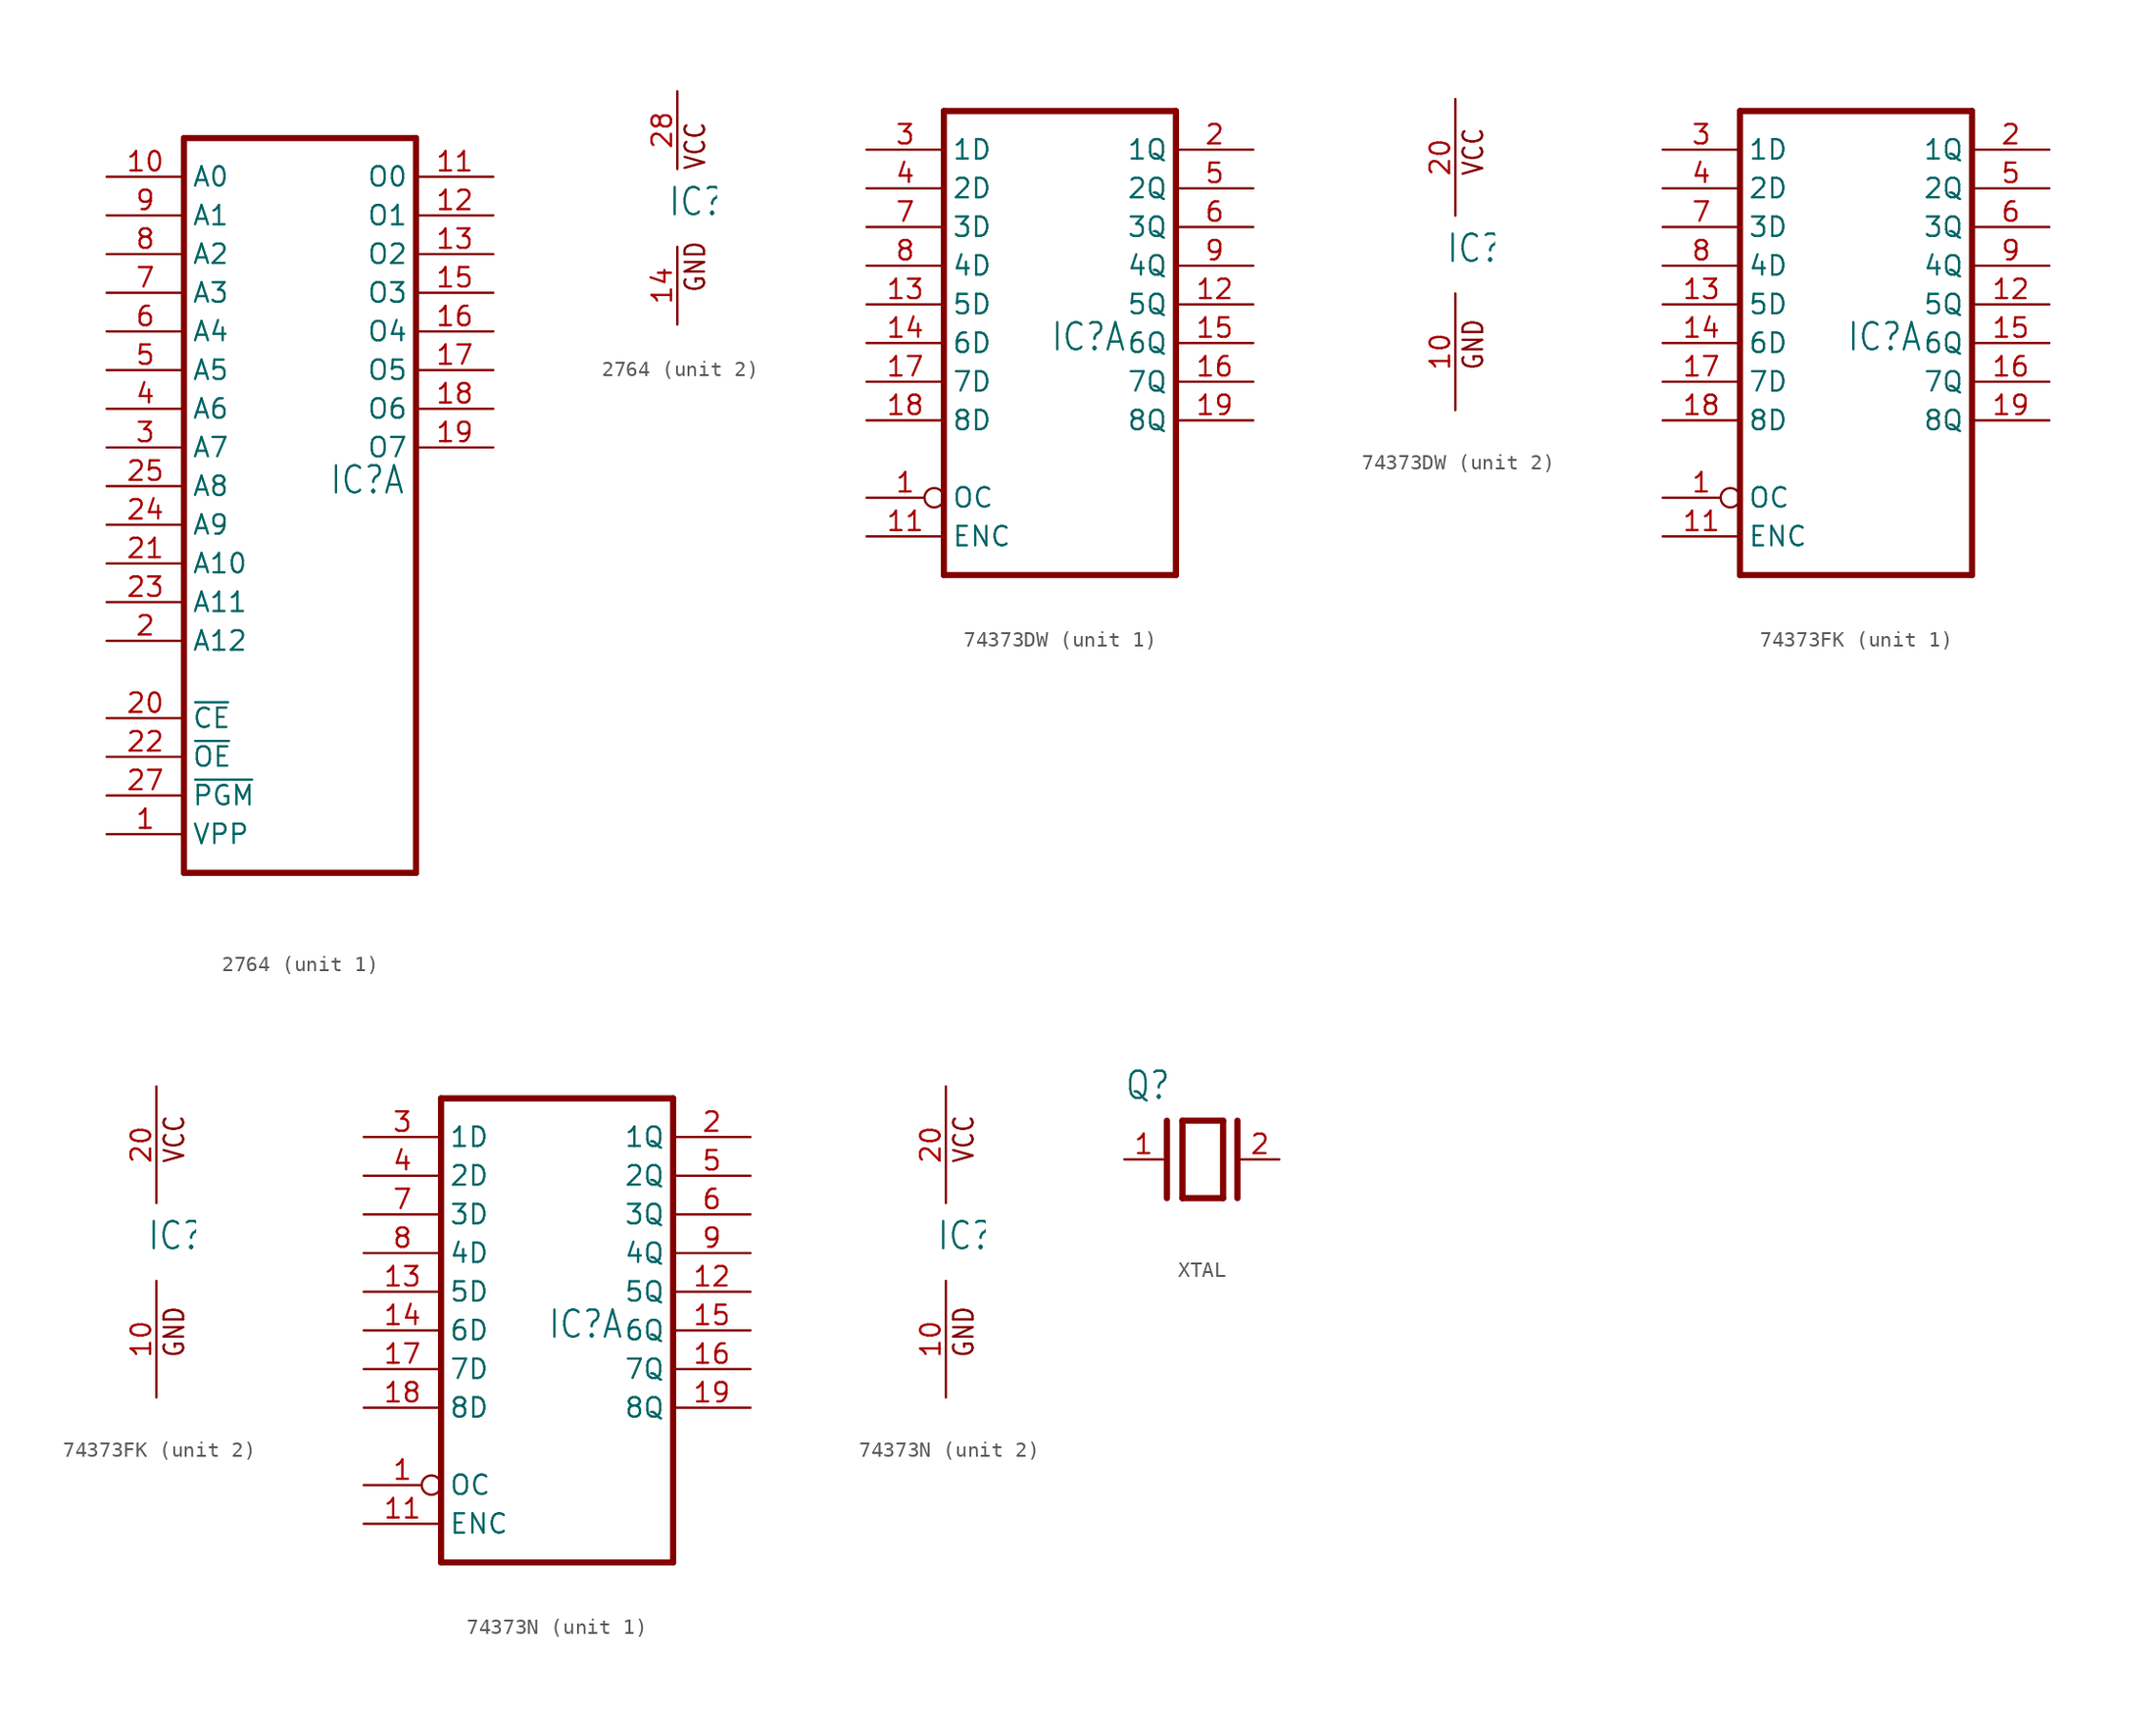
<source format=kicad_sym>
(kicad_symbol_lib
  (version 20231120)
  (generator "kicad_symbol_editor")
  (generator_version "8.0")
  (symbol "2764"
    (property "Reference" "IC"
      (at -0.635 -0.635 0)
      (effects (font (size 1.778 1.511)) (justify left bottom)))
    (property "ki_locked" ""
      (at 0 0 0)
      (effects (font (size 1.27 1.27))))
    (symbol "2764_1_0"
      (polyline (pts (xy -10.16 -25.4) (xy 5.08 -25.4)) (stroke (width 0.406) (type solid)) (fill (type none)))
      (polyline (pts (xy -10.16 22.86) (xy -10.16 -25.4)) (stroke (width 0.406) (type solid)) (fill (type none)))
      (polyline (pts (xy 5.08 -25.4) (xy 5.08 22.86)) (stroke (width 0.406) (type solid)) (fill (type none)))
      (polyline (pts (xy 5.08 22.86) (xy -10.16 22.86)) (stroke (width 0.406) (type solid)) (fill (type none)))
      (pin input line (at -15.24 -22.86 0) (length 5.08) (name "VPP" (effects (font (size 1.27 1.27)))) (number "1" (effects (font (size 1.27 1.27)))))
      (pin input line (at -15.24 20.32 0) (length 5.08) (name "A0" (effects (font (size 1.27 1.27)))) (number "10" (effects (font (size 1.27 1.27)))))
      (pin tri_state line (at 10.16 20.32 180) (length 5.08) (name "O0" (effects (font (size 1.27 1.27)))) (number "11" (effects (font (size 1.27 1.27)))))
      (pin tri_state line (at 10.16 17.78 180) (length 5.08) (name "O1" (effects (font (size 1.27 1.27)))) (number "12" (effects (font (size 1.27 1.27)))))
      (pin tri_state line (at 10.16 15.24 180) (length 5.08) (name "O2" (effects (font (size 1.27 1.27)))) (number "13" (effects (font (size 1.27 1.27)))))
      (pin tri_state line (at 10.16 12.7 180) (length 5.08) (name "O3" (effects (font (size 1.27 1.27)))) (number "15" (effects (font (size 1.27 1.27)))))
      (pin tri_state line (at 10.16 10.16 180) (length 5.08) (name "O4" (effects (font (size 1.27 1.27)))) (number "16" (effects (font (size 1.27 1.27)))))
      (pin tri_state line (at 10.16 7.62 180) (length 5.08) (name "O5" (effects (font (size 1.27 1.27)))) (number "17" (effects (font (size 1.27 1.27)))))
      (pin tri_state line (at 10.16 5.08 180) (length 5.08) (name "O6" (effects (font (size 1.27 1.27)))) (number "18" (effects (font (size 1.27 1.27)))))
      (pin tri_state line (at 10.16 2.54 180) (length 5.08) (name "O7" (effects (font (size 1.27 1.27)))) (number "19" (effects (font (size 1.27 1.27)))))
      (pin input line (at -15.24 -10.16 0) (length 5.08) (name "A12" (effects (font (size 1.27 1.27)))) (number "2" (effects (font (size 1.27 1.27)))))
      (pin input line (at -15.24 -15.24 0) (length 5.08) (name "~{CE}" (effects (font (size 1.27 1.27)))) (number "20" (effects (font (size 1.27 1.27)))))
      (pin input line (at -15.24 -5.08 0) (length 5.08) (name "A10" (effects (font (size 1.27 1.27)))) (number "21" (effects (font (size 1.27 1.27)))))
      (pin input line (at -15.24 -17.78 0) (length 5.08) (name "~{OE}" (effects (font (size 1.27 1.27)))) (number "22" (effects (font (size 1.27 1.27)))))
      (pin input line (at -15.24 -7.62 0) (length 5.08) (name "A11" (effects (font (size 1.27 1.27)))) (number "23" (effects (font (size 1.27 1.27)))))
      (pin input line (at -15.24 -2.54 0) (length 5.08) (name "A9" (effects (font (size 1.27 1.27)))) (number "24" (effects (font (size 1.27 1.27)))))
      (pin input line (at -15.24 0 0) (length 5.08) (name "A8" (effects (font (size 1.27 1.27)))) (number "25" (effects (font (size 1.27 1.27)))))
      (pin input line (at -15.24 -20.32 0) (length 5.08) (name "~{PGM}" (effects (font (size 1.27 1.27)))) (number "27" (effects (font (size 1.27 1.27)))))
      (pin input line (at -15.24 2.54 0) (length 5.08) (name "A7" (effects (font (size 1.27 1.27)))) (number "3" (effects (font (size 1.27 1.27)))))
      (pin input line (at -15.24 5.08 0) (length 5.08) (name "A6" (effects (font (size 1.27 1.27)))) (number "4" (effects (font (size 1.27 1.27)))))
      (pin input line (at -15.24 7.62 0) (length 5.08) (name "A5" (effects (font (size 1.27 1.27)))) (number "5" (effects (font (size 1.27 1.27)))))
      (pin input line (at -15.24 10.16 0) (length 5.08) (name "A4" (effects (font (size 1.27 1.27)))) (number "6" (effects (font (size 1.27 1.27)))))
      (pin input line (at -15.24 12.7 0) (length 5.08) (name "A3" (effects (font (size 1.27 1.27)))) (number "7" (effects (font (size 1.27 1.27)))))
      (pin input line (at -15.24 15.24 0) (length 5.08) (name "A2" (effects (font (size 1.27 1.27)))) (number "8" (effects (font (size 1.27 1.27)))))
      (pin input line (at -15.24 17.78 0) (length 5.08) (name "A1" (effects (font (size 1.27 1.27)))) (number "9" (effects (font (size 1.27 1.27))))))
    (symbol "2764_2_0"
      (text "GND" (at 1.905 -5.588 900) (effects (font (size 1.27 1.079)) (justify left bottom)))
      (text "VCC" (at 1.905 2.413 900) (effects (font (size 1.27 1.079)) (justify left bottom)))
      (pin power_in line (at 0 -7.62 90) (length 5.08) (name "GND" (effects (font (size 0 0)))) (number "14" (effects (font (size 1.27 1.27)))))
      (pin power_in line (at 0 7.62 270) (length 5.08) (name "VCC" (effects (font (size 0 0)))) (number "28" (effects (font (size 1.27 1.27)))))))
  (symbol "74373DW"
    (property "Reference" "IC"
      (at -0.635 -0.635 0)
      (effects (font (size 1.778 1.511)) (justify left bottom)))
    (property "ki_locked" ""
      (at 0 0 0)
      (effects (font (size 1.27 1.27))))
    (symbol "74373DW_1_0"
      (polyline (pts (xy -7.62 -15.24) (xy 7.62 -15.24)) (stroke (width 0.406) (type solid)) (fill (type none)))
      (polyline (pts (xy -7.62 15.24) (xy -7.62 -15.24)) (stroke (width 0.406) (type solid)) (fill (type none)))
      (polyline (pts (xy 7.62 -15.24) (xy 7.62 15.24)) (stroke (width 0.406) (type solid)) (fill (type none)))
      (polyline (pts (xy 7.62 15.24) (xy -7.62 15.24)) (stroke (width 0.406) (type solid)) (fill (type none)))
      (pin input inverted (at -12.7 -10.16 0) (length 5.08) (name "OC" (effects (font (size 1.27 1.27)))) (number "1" (effects (font (size 1.27 1.27)))))
      (pin input line (at -12.7 -12.7 0) (length 5.08) (name "ENC" (effects (font (size 1.27 1.27)))) (number "11" (effects (font (size 1.27 1.27)))))
      (pin tri_state line (at 12.7 2.54 180) (length 5.08) (name "5Q" (effects (font (size 1.27 1.27)))) (number "12" (effects (font (size 1.27 1.27)))))
      (pin input line (at -12.7 2.54 0) (length 5.08) (name "5D" (effects (font (size 1.27 1.27)))) (number "13" (effects (font (size 1.27 1.27)))))
      (pin input line (at -12.7 0 0) (length 5.08) (name "6D" (effects (font (size 1.27 1.27)))) (number "14" (effects (font (size 1.27 1.27)))))
      (pin tri_state line (at 12.7 0 180) (length 5.08) (name "6Q" (effects (font (size 1.27 1.27)))) (number "15" (effects (font (size 1.27 1.27)))))
      (pin tri_state line (at 12.7 -2.54 180) (length 5.08) (name "7Q" (effects (font (size 1.27 1.27)))) (number "16" (effects (font (size 1.27 1.27)))))
      (pin input line (at -12.7 -2.54 0) (length 5.08) (name "7D" (effects (font (size 1.27 1.27)))) (number "17" (effects (font (size 1.27 1.27)))))
      (pin input line (at -12.7 -5.08 0) (length 5.08) (name "8D" (effects (font (size 1.27 1.27)))) (number "18" (effects (font (size 1.27 1.27)))))
      (pin tri_state line (at 12.7 -5.08 180) (length 5.08) (name "8Q" (effects (font (size 1.27 1.27)))) (number "19" (effects (font (size 1.27 1.27)))))
      (pin tri_state line (at 12.7 12.7 180) (length 5.08) (name "1Q" (effects (font (size 1.27 1.27)))) (number "2" (effects (font (size 1.27 1.27)))))
      (pin input line (at -12.7 12.7 0) (length 5.08) (name "1D" (effects (font (size 1.27 1.27)))) (number "3" (effects (font (size 1.27 1.27)))))
      (pin input line (at -12.7 10.16 0) (length 5.08) (name "2D" (effects (font (size 1.27 1.27)))) (number "4" (effects (font (size 1.27 1.27)))))
      (pin tri_state line (at 12.7 10.16 180) (length 5.08) (name "2Q" (effects (font (size 1.27 1.27)))) (number "5" (effects (font (size 1.27 1.27)))))
      (pin tri_state line (at 12.7 7.62 180) (length 5.08) (name "3Q" (effects (font (size 1.27 1.27)))) (number "6" (effects (font (size 1.27 1.27)))))
      (pin input line (at -12.7 7.62 0) (length 5.08) (name "3D" (effects (font (size 1.27 1.27)))) (number "7" (effects (font (size 1.27 1.27)))))
      (pin input line (at -12.7 5.08 0) (length 5.08) (name "4D" (effects (font (size 1.27 1.27)))) (number "8" (effects (font (size 1.27 1.27)))))
      (pin tri_state line (at 12.7 5.08 180) (length 5.08) (name "4Q" (effects (font (size 1.27 1.27)))) (number "9" (effects (font (size 1.27 1.27))))))
    (symbol "74373DW_2_0"
      (text "GND" (at 1.905 -7.62 900) (effects (font (size 1.27 1.079)) (justify left bottom)))
      (text "VCC" (at 1.905 5.08 900) (effects (font (size 1.27 1.079)) (justify left bottom)))
      (pin power_in line (at 0 -10.16 90) (length 7.62) (name "GND" (effects (font (size 0 0)))) (number "10" (effects (font (size 1.27 1.27)))))
      (pin power_in line (at 0 10.16 270) (length 7.62) (name "VCC" (effects (font (size 0 0)))) (number "20" (effects (font (size 1.27 1.27)))))))
  (symbol "74373FK"
    (property "Reference" "IC"
      (at -0.635 -0.635 0)
      (effects (font (size 1.778 1.511)) (justify left bottom)))
    (property "ki_locked" ""
      (at 0 0 0)
      (effects (font (size 1.27 1.27))))
    (symbol "74373FK_1_0"
      (polyline (pts (xy -7.62 -15.24) (xy 7.62 -15.24)) (stroke (width 0.406) (type solid)) (fill (type none)))
      (polyline (pts (xy -7.62 15.24) (xy -7.62 -15.24)) (stroke (width 0.406) (type solid)) (fill (type none)))
      (polyline (pts (xy 7.62 -15.24) (xy 7.62 15.24)) (stroke (width 0.406) (type solid)) (fill (type none)))
      (polyline (pts (xy 7.62 15.24) (xy -7.62 15.24)) (stroke (width 0.406) (type solid)) (fill (type none)))
      (pin input inverted (at -12.7 -10.16 0) (length 5.08) (name "OC" (effects (font (size 1.27 1.27)))) (number "1" (effects (font (size 1.27 1.27)))))
      (pin input line (at -12.7 -12.7 0) (length 5.08) (name "ENC" (effects (font (size 1.27 1.27)))) (number "11" (effects (font (size 1.27 1.27)))))
      (pin tri_state line (at 12.7 2.54 180) (length 5.08) (name "5Q" (effects (font (size 1.27 1.27)))) (number "12" (effects (font (size 1.27 1.27)))))
      (pin input line (at -12.7 2.54 0) (length 5.08) (name "5D" (effects (font (size 1.27 1.27)))) (number "13" (effects (font (size 1.27 1.27)))))
      (pin input line (at -12.7 0 0) (length 5.08) (name "6D" (effects (font (size 1.27 1.27)))) (number "14" (effects (font (size 1.27 1.27)))))
      (pin tri_state line (at 12.7 0 180) (length 5.08) (name "6Q" (effects (font (size 1.27 1.27)))) (number "15" (effects (font (size 1.27 1.27)))))
      (pin tri_state line (at 12.7 -2.54 180) (length 5.08) (name "7Q" (effects (font (size 1.27 1.27)))) (number "16" (effects (font (size 1.27 1.27)))))
      (pin input line (at -12.7 -2.54 0) (length 5.08) (name "7D" (effects (font (size 1.27 1.27)))) (number "17" (effects (font (size 1.27 1.27)))))
      (pin input line (at -12.7 -5.08 0) (length 5.08) (name "8D" (effects (font (size 1.27 1.27)))) (number "18" (effects (font (size 1.27 1.27)))))
      (pin tri_state line (at 12.7 -5.08 180) (length 5.08) (name "8Q" (effects (font (size 1.27 1.27)))) (number "19" (effects (font (size 1.27 1.27)))))
      (pin tri_state line (at 12.7 12.7 180) (length 5.08) (name "1Q" (effects (font (size 1.27 1.27)))) (number "2" (effects (font (size 1.27 1.27)))))
      (pin input line (at -12.7 12.7 0) (length 5.08) (name "1D" (effects (font (size 1.27 1.27)))) (number "3" (effects (font (size 1.27 1.27)))))
      (pin input line (at -12.7 10.16 0) (length 5.08) (name "2D" (effects (font (size 1.27 1.27)))) (number "4" (effects (font (size 1.27 1.27)))))
      (pin tri_state line (at 12.7 10.16 180) (length 5.08) (name "2Q" (effects (font (size 1.27 1.27)))) (number "5" (effects (font (size 1.27 1.27)))))
      (pin tri_state line (at 12.7 7.62 180) (length 5.08) (name "3Q" (effects (font (size 1.27 1.27)))) (number "6" (effects (font (size 1.27 1.27)))))
      (pin input line (at -12.7 7.62 0) (length 5.08) (name "3D" (effects (font (size 1.27 1.27)))) (number "7" (effects (font (size 1.27 1.27)))))
      (pin input line (at -12.7 5.08 0) (length 5.08) (name "4D" (effects (font (size 1.27 1.27)))) (number "8" (effects (font (size 1.27 1.27)))))
      (pin tri_state line (at 12.7 5.08 180) (length 5.08) (name "4Q" (effects (font (size 1.27 1.27)))) (number "9" (effects (font (size 1.27 1.27))))))
    (symbol "74373FK_2_0"
      (text "GND" (at 1.905 -7.62 900) (effects (font (size 1.27 1.079)) (justify left bottom)))
      (text "VCC" (at 1.905 5.08 900) (effects (font (size 1.27 1.079)) (justify left bottom)))
      (pin power_in line (at 0 -10.16 90) (length 7.62) (name "GND" (effects (font (size 0 0)))) (number "10" (effects (font (size 1.27 1.27)))))
      (pin power_in line (at 0 10.16 270) (length 7.62) (name "VCC" (effects (font (size 0 0)))) (number "20" (effects (font (size 1.27 1.27)))))))
  (symbol "74373N"
    (property "Reference" "IC"
      (at -0.635 -0.635 0)
      (effects (font (size 1.778 1.511)) (justify left bottom)))
    (property "ki_locked" ""
      (at 0 0 0)
      (effects (font (size 1.27 1.27))))
    (symbol "74373N_1_0"
      (polyline (pts (xy -7.62 -15.24) (xy 7.62 -15.24)) (stroke (width 0.406) (type solid)) (fill (type none)))
      (polyline (pts (xy -7.62 15.24) (xy -7.62 -15.24)) (stroke (width 0.406) (type solid)) (fill (type none)))
      (polyline (pts (xy 7.62 -15.24) (xy 7.62 15.24)) (stroke (width 0.406) (type solid)) (fill (type none)))
      (polyline (pts (xy 7.62 15.24) (xy -7.62 15.24)) (stroke (width 0.406) (type solid)) (fill (type none)))
      (pin input inverted (at -12.7 -10.16 0) (length 5.08) (name "OC" (effects (font (size 1.27 1.27)))) (number "1" (effects (font (size 1.27 1.27)))))
      (pin input line (at -12.7 -12.7 0) (length 5.08) (name "ENC" (effects (font (size 1.27 1.27)))) (number "11" (effects (font (size 1.27 1.27)))))
      (pin tri_state line (at 12.7 2.54 180) (length 5.08) (name "5Q" (effects (font (size 1.27 1.27)))) (number "12" (effects (font (size 1.27 1.27)))))
      (pin input line (at -12.7 2.54 0) (length 5.08) (name "5D" (effects (font (size 1.27 1.27)))) (number "13" (effects (font (size 1.27 1.27)))))
      (pin input line (at -12.7 0 0) (length 5.08) (name "6D" (effects (font (size 1.27 1.27)))) (number "14" (effects (font (size 1.27 1.27)))))
      (pin tri_state line (at 12.7 0 180) (length 5.08) (name "6Q" (effects (font (size 1.27 1.27)))) (number "15" (effects (font (size 1.27 1.27)))))
      (pin tri_state line (at 12.7 -2.54 180) (length 5.08) (name "7Q" (effects (font (size 1.27 1.27)))) (number "16" (effects (font (size 1.27 1.27)))))
      (pin input line (at -12.7 -2.54 0) (length 5.08) (name "7D" (effects (font (size 1.27 1.27)))) (number "17" (effects (font (size 1.27 1.27)))))
      (pin input line (at -12.7 -5.08 0) (length 5.08) (name "8D" (effects (font (size 1.27 1.27)))) (number "18" (effects (font (size 1.27 1.27)))))
      (pin tri_state line (at 12.7 -5.08 180) (length 5.08) (name "8Q" (effects (font (size 1.27 1.27)))) (number "19" (effects (font (size 1.27 1.27)))))
      (pin tri_state line (at 12.7 12.7 180) (length 5.08) (name "1Q" (effects (font (size 1.27 1.27)))) (number "2" (effects (font (size 1.27 1.27)))))
      (pin input line (at -12.7 12.7 0) (length 5.08) (name "1D" (effects (font (size 1.27 1.27)))) (number "3" (effects (font (size 1.27 1.27)))))
      (pin input line (at -12.7 10.16 0) (length 5.08) (name "2D" (effects (font (size 1.27 1.27)))) (number "4" (effects (font (size 1.27 1.27)))))
      (pin tri_state line (at 12.7 10.16 180) (length 5.08) (name "2Q" (effects (font (size 1.27 1.27)))) (number "5" (effects (font (size 1.27 1.27)))))
      (pin tri_state line (at 12.7 7.62 180) (length 5.08) (name "3Q" (effects (font (size 1.27 1.27)))) (number "6" (effects (font (size 1.27 1.27)))))
      (pin input line (at -12.7 7.62 0) (length 5.08) (name "3D" (effects (font (size 1.27 1.27)))) (number "7" (effects (font (size 1.27 1.27)))))
      (pin input line (at -12.7 5.08 0) (length 5.08) (name "4D" (effects (font (size 1.27 1.27)))) (number "8" (effects (font (size 1.27 1.27)))))
      (pin tri_state line (at 12.7 5.08 180) (length 5.08) (name "4Q" (effects (font (size 1.27 1.27)))) (number "9" (effects (font (size 1.27 1.27))))))
    (symbol "74373N_2_0"
      (text "GND" (at 1.905 -7.62 900) (effects (font (size 1.27 1.079)) (justify left bottom)))
      (text "VCC" (at 1.905 5.08 900) (effects (font (size 1.27 1.079)) (justify left bottom)))
      (pin power_in line (at 0 -10.16 90) (length 7.62) (name "GND" (effects (font (size 0 0)))) (number "10" (effects (font (size 1.27 1.27)))))
      (pin power_in line (at 0 10.16 270) (length 7.62) (name "VCC" (effects (font (size 0 0)))) (number "20" (effects (font (size 1.27 1.27)))))))
  (symbol "XTAL"
    (property "Reference" "Q"
      (at -5.08 3.81 0)
      (effects (font (size 1.778 1.511)) (justify left bottom)))
    (property "Value" ""
      (at -5.08 -5.08 0)
      (effects (font (size 1.778 1.511)) (justify left bottom)))
    (property "ki_locked" ""
      (at 0 0 0)
      (effects (font (size 1.27 1.27))))
    (symbol "XTAL_1_0"
      (polyline (pts (xy -2.286 2.54) (xy -2.286 -2.54)) (stroke (width 0.406) (type solid)) (fill (type none)))
      (polyline (pts (xy -1.27 2.54) (xy -1.27 -2.54)) (stroke (width 0.406) (type solid)) (fill (type none)))
      (polyline (pts (xy -1.27 2.54) (xy 1.397 2.54)) (stroke (width 0.406) (type solid)) (fill (type none)))
      (polyline (pts (xy 1.397 -2.54) (xy -1.27 -2.54)) (stroke (width 0.406) (type solid)) (fill (type none)))
      (polyline (pts (xy 1.397 2.54) (xy 1.397 -2.54)) (stroke (width 0.406) (type solid)) (fill (type none)))
      (polyline (pts (xy 2.337 2.54) (xy 2.337 -2.54)) (stroke (width 0.406) (type solid)) (fill (type none)))
      (pin passive line (at -5.08 0 0) (length 2.54) (name "1" (effects (font (size 0 0)))) (number "1" (effects (font (size 1.27 1.27)))))
      (pin passive line (at 5.08 0 180) (length 2.54) (name "2" (effects (font (size 0 0)))) (number "2" (effects (font (size 1.27 1.27))))))))
</source>
